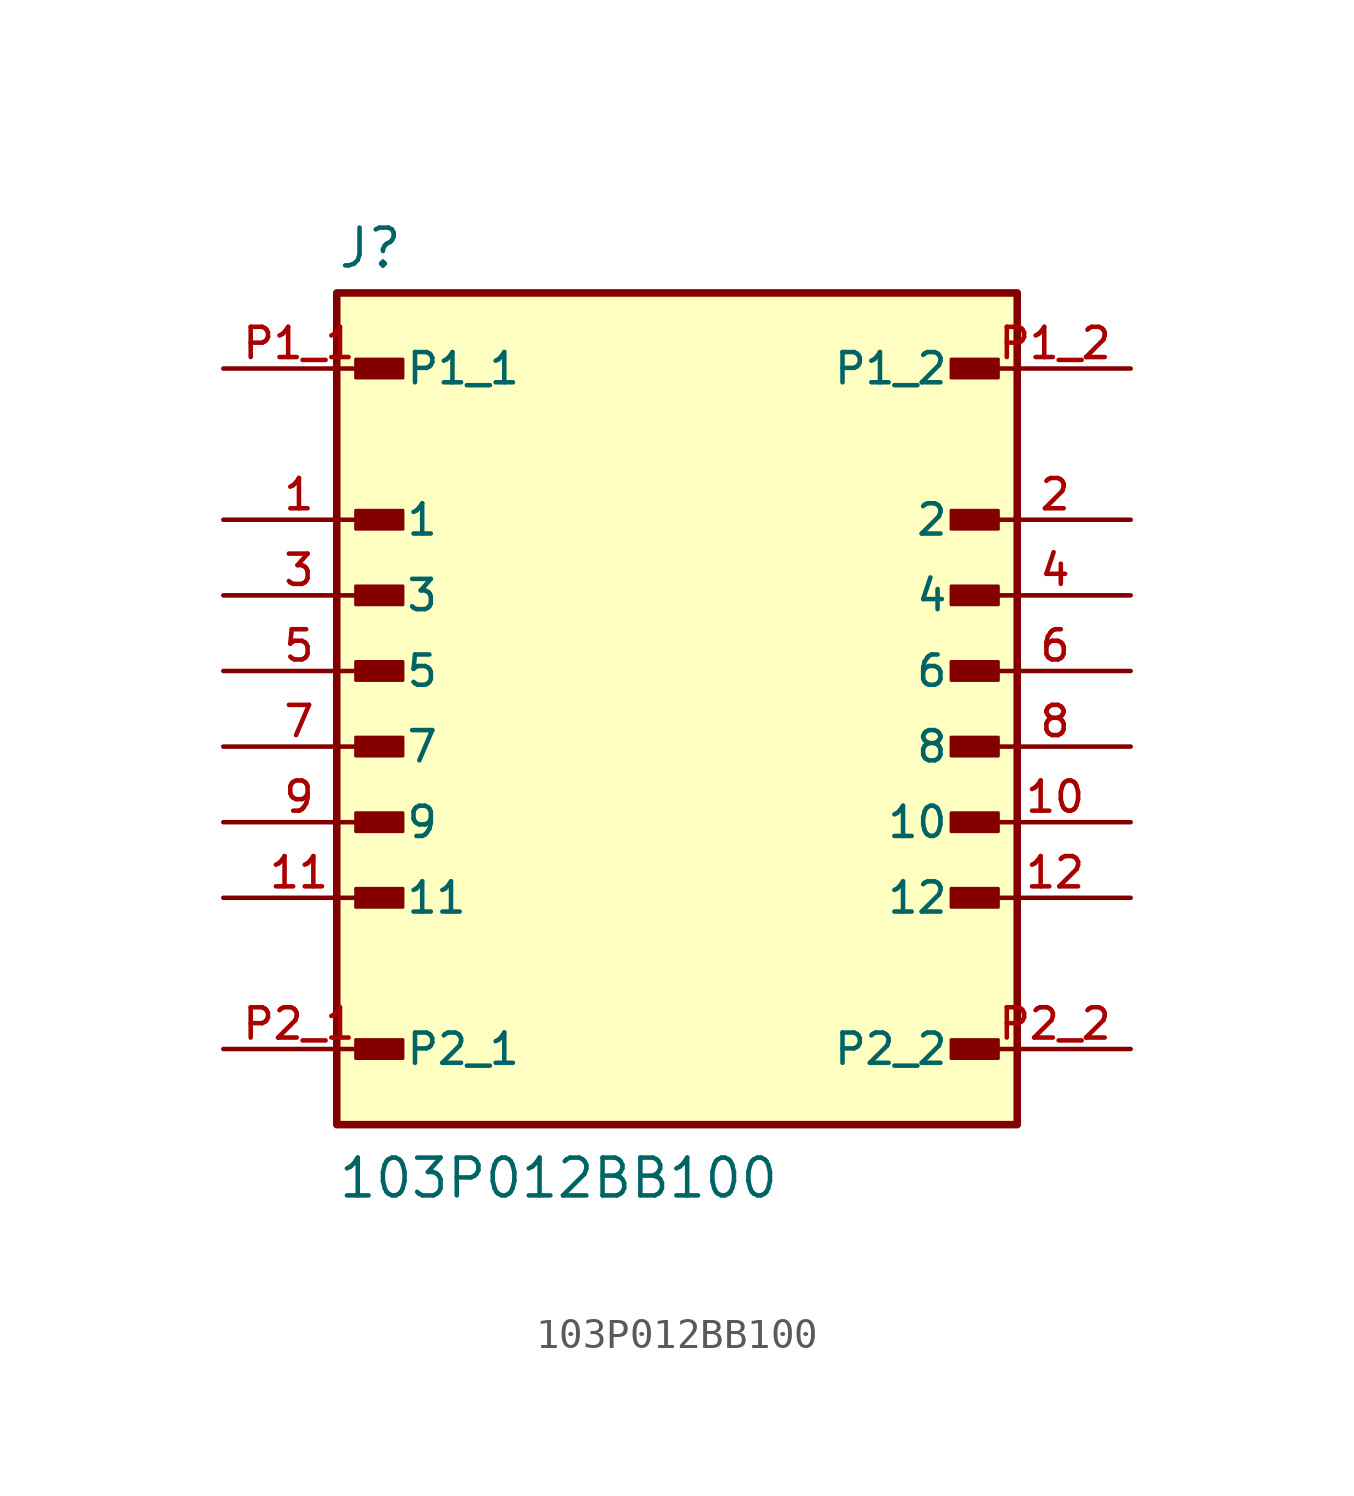
<source format=kicad_sym>
(kicad_symbol_lib
  (version 20211014)
  (generator kicad_symbol_editor)
  (symbol "103P012BB100"
    (pin_names
      (offset 1.016))
    (property "Reference" "J"
      (at -11.43 13.462 0)
      (effects (font (size 1.27 1.27)) (justify bottom left)))
    (property "Value" "103P012BB100"
      (at -11.43 -17.78 0)
      (effects (font (size 1.27 1.27)) (justify bottom left)))
    (symbol "103P012BB100_0_0"
      (rectangle (start -10.795 4.763) (end -9.207 5.397) (stroke (width 0.1)) (fill (type outline)))
      (rectangle (start -10.795 2.223) (end -9.207 2.857) (stroke (width 0.1)) (fill (type outline)))
      (rectangle (start -10.795 -0.318) (end -9.207 0.318) (stroke (width 0.1)) (fill (type outline)))
      (rectangle (start 9.207 -0.318) (end 10.795 0.318) (stroke (width 0.1)) (fill (type outline)))
      (rectangle (start 9.207 2.223) (end 10.795 2.857) (stroke (width 0.1)) (fill (type outline)))
      (rectangle (start 9.207 4.763) (end 10.795 5.397) (stroke (width 0.1)) (fill (type outline)))
      (rectangle (start -10.795 9.842) (end -9.207 10.477) (stroke (width 0.1)) (fill (type outline)))
      (rectangle (start 9.207 9.842) (end 10.795 10.477) (stroke (width 0.1)) (fill (type outline)))
      (rectangle (start -10.795 -13.018) (end -9.207 -12.383) (stroke (width 0.1)) (fill (type outline)))
      (rectangle (start 9.207 -13.018) (end 10.795 -12.383) (stroke (width 0.1)) (fill (type outline)))
      (rectangle (start -10.795 -2.857) (end -9.207 -2.223) (stroke (width 0.1)) (fill (type outline)))
      (rectangle (start -10.795 -5.397) (end -9.207 -4.763) (stroke (width 0.1)) (fill (type outline)))
      (rectangle (start 9.207 -5.397) (end 10.795 -4.763) (stroke (width 0.1)) (fill (type outline)))
      (rectangle (start 9.207 -2.857) (end 10.795 -2.223) (stroke (width 0.1)) (fill (type outline)))
      (rectangle (start -10.795 -7.938) (end -9.207 -7.303) (stroke (width 0.1)) (fill (type outline)))
      (rectangle (start 9.207 -7.938) (end 10.795 -7.303) (stroke (width 0.1)) (fill (type outline)))
      (rectangle (start -11.43 -15.24) (end 11.43 12.7) (stroke (width 0.254)) (fill (type background)))
      (pin passive line (at -15.24 5.08 0) (length 5.08) (name "1" (effects (font (size 1.016 1.016)))) (number "1" (effects (font (size 1.016 1.016)))))
      (pin passive line (at 15.24 5.08 180.0) (length 5.08) (name "2" (effects (font (size 1.016 1.016)))) (number "2" (effects (font (size 1.016 1.016)))))
      (pin passive line (at -15.24 2.54 0) (length 5.08) (name "3" (effects (font (size 1.016 1.016)))) (number "3" (effects (font (size 1.016 1.016)))))
      (pin passive line (at 15.24 2.54 180.0) (length 5.08) (name "4" (effects (font (size 1.016 1.016)))) (number "4" (effects (font (size 1.016 1.016)))))
      (pin passive line (at -15.24 0.0 0) (length 5.08) (name "5" (effects (font (size 1.016 1.016)))) (number "5" (effects (font (size 1.016 1.016)))))
      (pin passive line (at 15.24 0.0 180.0) (length 5.08) (name "6" (effects (font (size 1.016 1.016)))) (number "6" (effects (font (size 1.016 1.016)))))
      (pin power_in line (at -15.24 10.16 0) (length 5.08) (name "P1_1" (effects (font (size 1.016 1.016)))) (number "P1_1" (effects (font (size 1.016 1.016)))))
      (pin power_in line (at -15.24 -12.7 0) (length 5.08) (name "P2_1" (effects (font (size 1.016 1.016)))) (number "P2_1" (effects (font (size 1.016 1.016)))))
      (pin power_in line (at 15.24 10.16 180.0) (length 5.08) (name "P1_2" (effects (font (size 1.016 1.016)))) (number "P1_2" (effects (font (size 1.016 1.016)))))
      (pin power_in line (at 15.24 -12.7 180.0) (length 5.08) (name "P2_2" (effects (font (size 1.016 1.016)))) (number "P2_2" (effects (font (size 1.016 1.016)))))
      (pin passive line (at -15.24 -2.54 0) (length 5.08) (name "7" (effects (font (size 1.016 1.016)))) (number "7" (effects (font (size 1.016 1.016)))))
      (pin passive line (at 15.24 -2.54 180.0) (length 5.08) (name "8" (effects (font (size 1.016 1.016)))) (number "8" (effects (font (size 1.016 1.016)))))
      (pin passive line (at -15.24 -5.08 0) (length 5.08) (name "9" (effects (font (size 1.016 1.016)))) (number "9" (effects (font (size 1.016 1.016)))))
      (pin passive line (at 15.24 -5.08 180.0) (length 5.08) (name "10" (effects (font (size 1.016 1.016)))) (number "10" (effects (font (size 1.016 1.016)))))
      (pin passive line (at -15.24 -7.62 0) (length 5.08) (name "11" (effects (font (size 1.016 1.016)))) (number "11" (effects (font (size 1.016 1.016)))))
      (pin passive line (at 15.24 -7.62 180.0) (length 5.08) (name "12" (effects (font (size 1.016 1.016)))) (number "12" (effects (font (size 1.016 1.016))))))))
</source>
